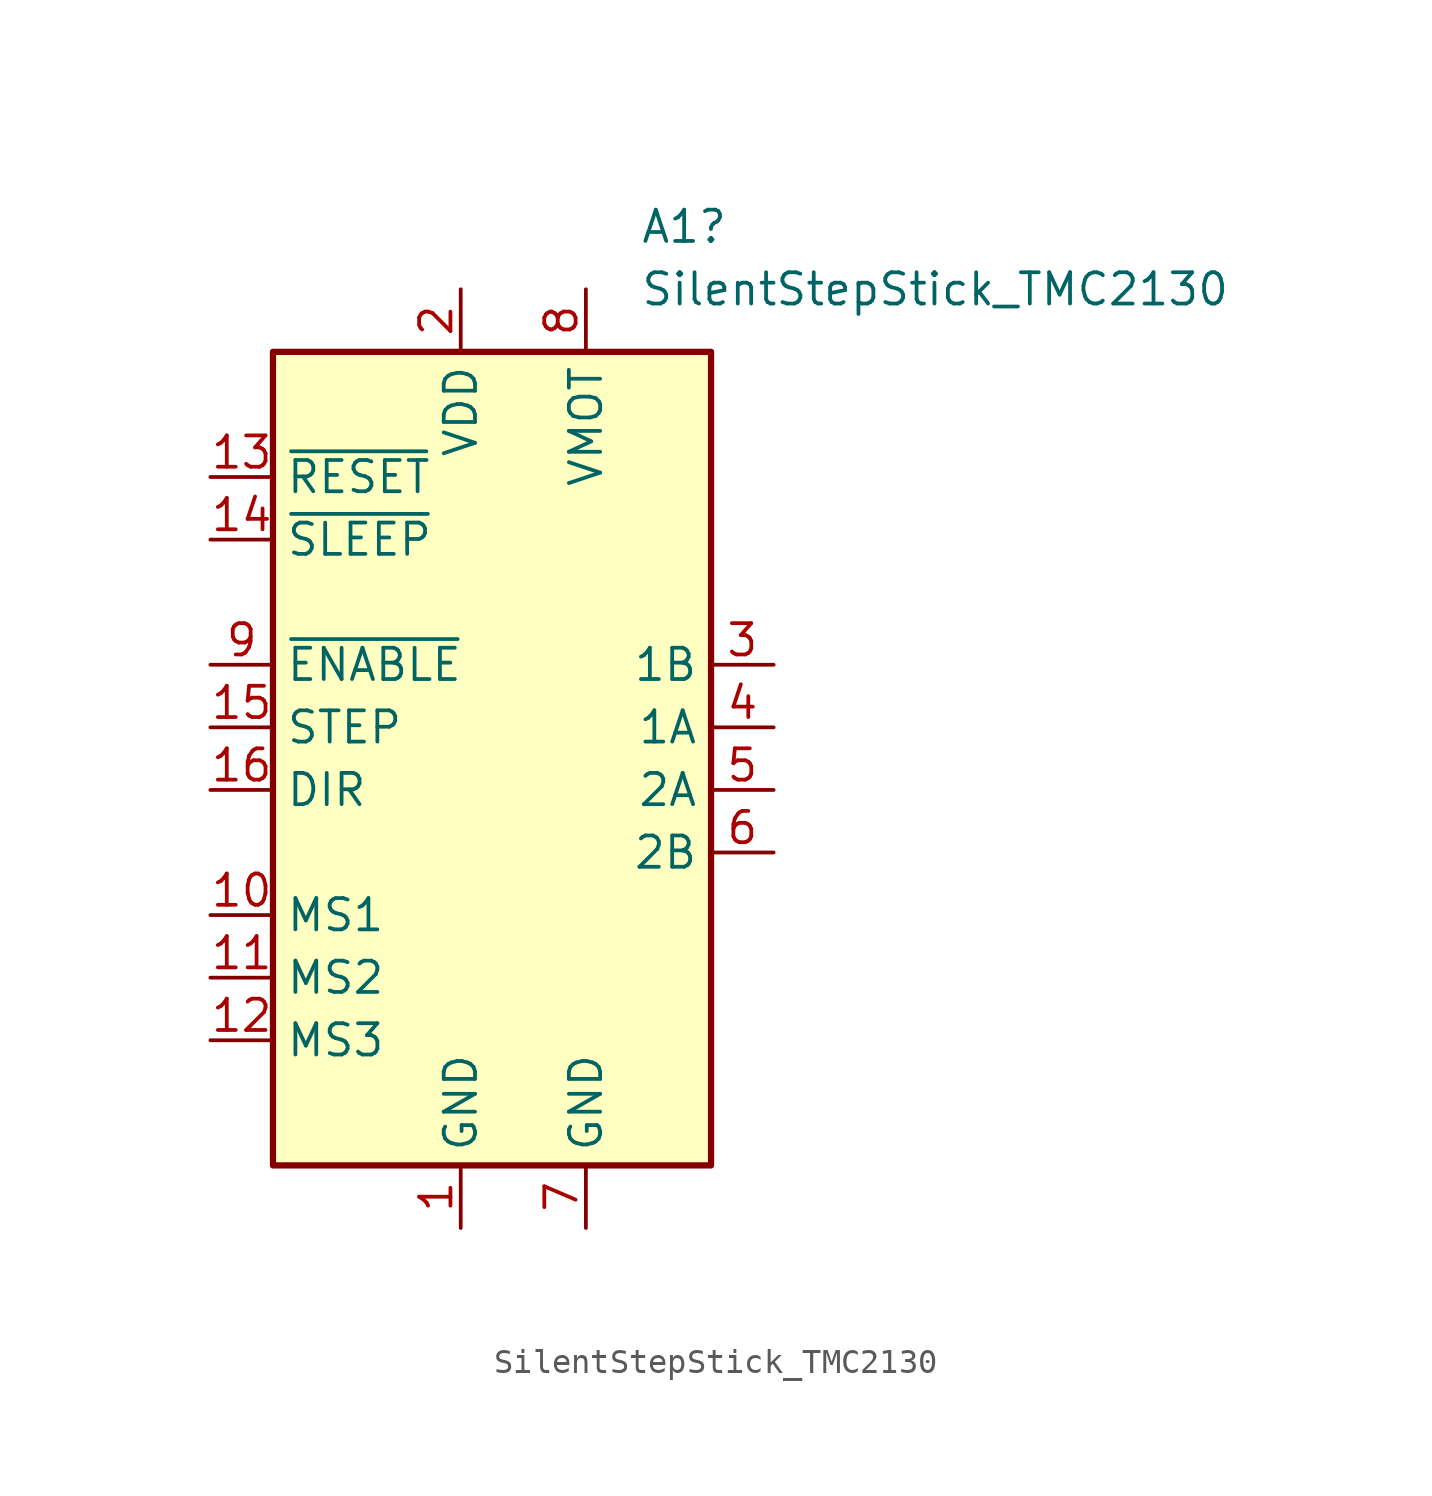
<source format=kicad_sym>
(kicad_symbol_lib
  (version 20241209)
  (generator "kicad_symbol_editor")
  (generator_version "9.0")
  (symbol "SilentStepStick_TMC2130"
    (property "Reference" "A1"
      (at 7.274 20.32 0)
      (effects (font (size 1.27 1.27)) (justify left)))
    (property "Value" "SilentStepStick_TMC2130"
      (at 7.274 17.78 0)
      (effects (font (size 1.27 1.27)) (justify left)))
    (symbol "SilentStepStick_TMC2130_0_1"
      (rectangle (start 10.16 -17.78) (end -7.62 15.24) (stroke (width 0.254) (type default)) (fill (type background))))
    (symbol "SilentStepStick_TMC2130_1_1"
      (pin input line (at -10.16 10.16 0) (length 2.54) (name "~{RESET}" (effects (font (size 1.27 1.27)))) (number "13" (effects (font (size 1.27 1.27)))))
      (pin input line (at -10.16 7.62 0) (length 2.54) (name "~{SLEEP}" (effects (font (size 1.27 1.27)))) (number "14" (effects (font (size 1.27 1.27)))))
      (pin input line (at -10.16 2.54 0) (length 2.54) (name "~{ENABLE}" (effects (font (size 1.27 1.27)))) (number "9" (effects (font (size 1.27 1.27)))))
      (pin input line (at -10.16 0 0) (length 2.54) (name "STEP" (effects (font (size 1.27 1.27)))) (number "15" (effects (font (size 1.27 1.27)))))
      (pin input line (at -10.16 -2.54 0) (length 2.54) (name "DIR" (effects (font (size 1.27 1.27)))) (number "16" (effects (font (size 1.27 1.27)))))
      (pin input line (at -10.16 -7.62 0) (length 2.54) (name "MS1" (effects (font (size 1.27 1.27)))) (number "10" (effects (font (size 1.27 1.27)))))
      (pin input line (at -10.16 -10.16 0) (length 2.54) (name "MS2" (effects (font (size 1.27 1.27)))) (number "11" (effects (font (size 1.27 1.27)))))
      (pin input line (at -10.16 -12.7 0) (length 2.54) (name "MS3" (effects (font (size 1.27 1.27)))) (number "12" (effects (font (size 1.27 1.27)))))
      (pin power_in line (at 0 17.78 270) (length 2.54) (name "VDD" (effects (font (size 1.27 1.27)))) (number "2" (effects (font (size 1.27 1.27)))))
      (pin power_in line (at 0 -20.32 90) (length 2.54) (name "GND" (effects (font (size 1.27 1.27)))) (number "1" (effects (font (size 1.27 1.27)))))
      (pin power_in line (at 5.08 17.78 270) (length 2.54) (name "VMOT" (effects (font (size 1.27 1.27)))) (number "8" (effects (font (size 1.27 1.27)))))
      (pin power_in line (at 5.08 -20.32 90) (length 2.54) (name "GND" (effects (font (size 1.27 1.27)))) (number "7" (effects (font (size 1.27 1.27)))))
      (pin output line (at 12.7 2.54 180) (length 2.54) (name "1B" (effects (font (size 1.27 1.27)))) (number "3" (effects (font (size 1.27 1.27)))))
      (pin output line (at 12.7 0 180) (length 2.54) (name "1A" (effects (font (size 1.27 1.27)))) (number "4" (effects (font (size 1.27 1.27)))))
      (pin output line (at 12.7 -2.54 180) (length 2.54) (name "2A" (effects (font (size 1.27 1.27)))) (number "5" (effects (font (size 1.27 1.27)))))
      (pin output line (at 12.7 -5.08 180) (length 2.54) (name "2B" (effects (font (size 1.27 1.27)))) (number "6" (effects (font (size 1.27 1.27))))))))
</source>
